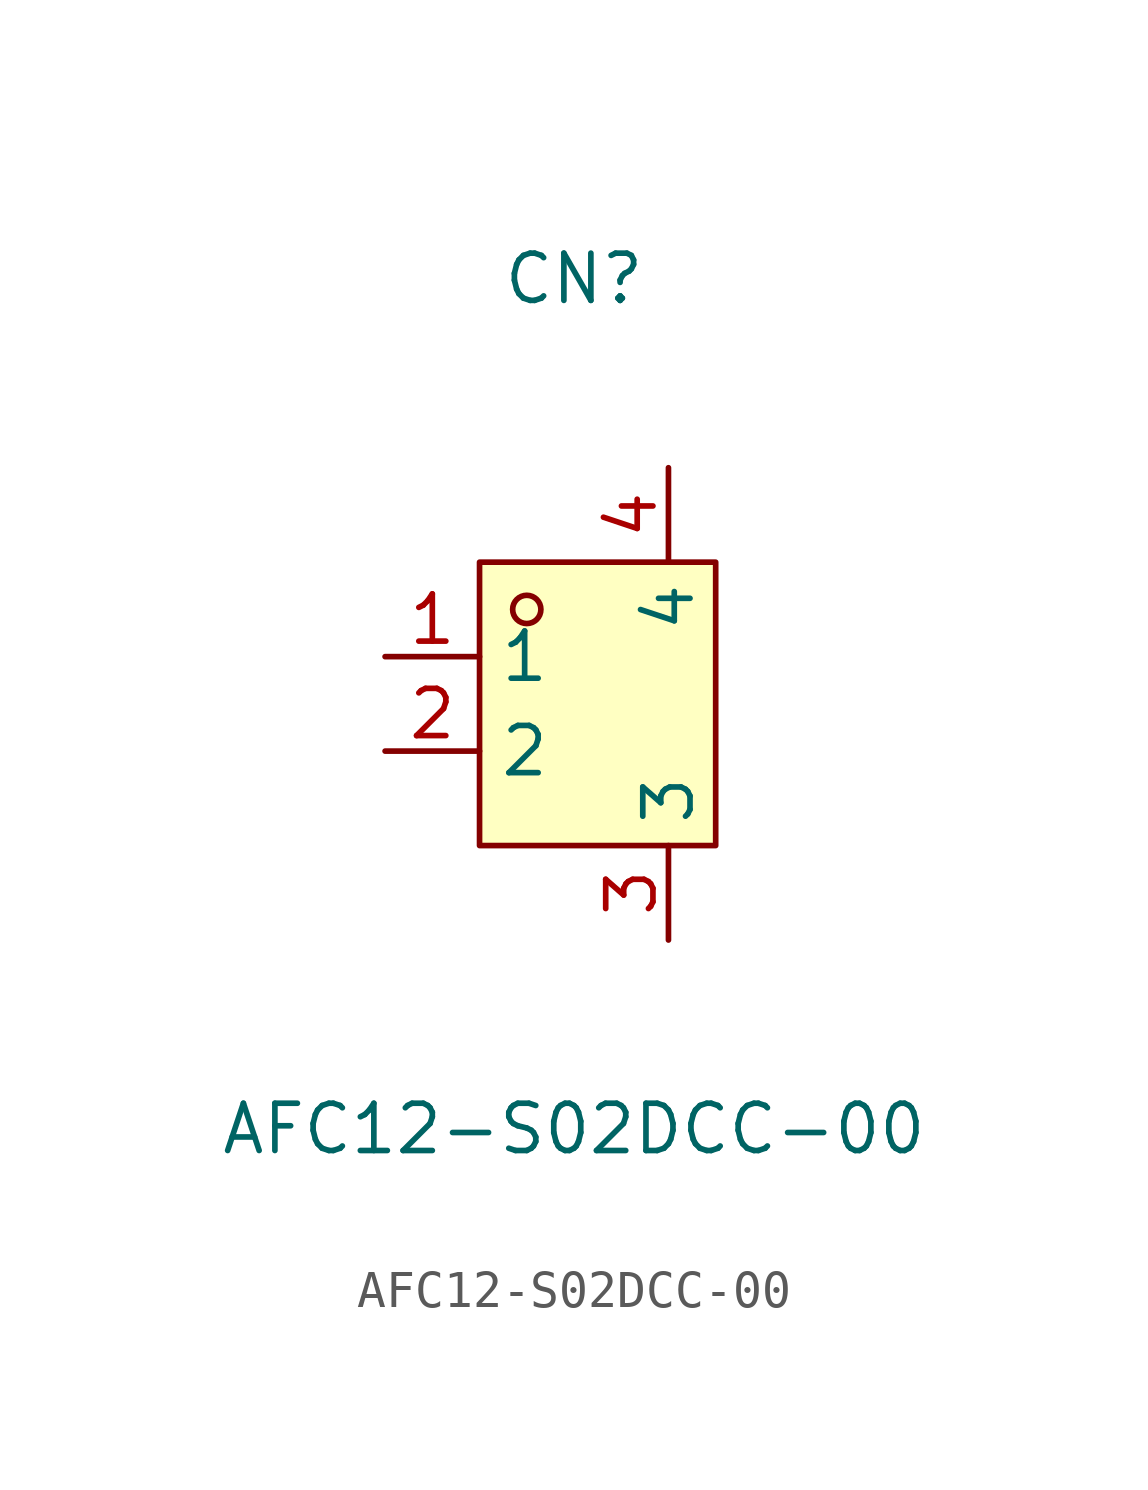
<source format=kicad_sym>
(kicad_symbol_lib
  (version 20211014)
  (generator https://github.com/uPesy/easyeda2kicad.py)
  (symbol "AFC12-S02DCC-00"
    (property "Reference" "CN"
      (at 0 12.70 0)
      (effects (font (size 1.27 1.27))))
    (property "Value" "AFC12-S02DCC-00"
      (at 0 -10.16 0)
      (effects (font (size 1.27 1.27))))
    (symbol "AFC12-S02DCC-00_0_1"
      (rectangle (start -2.54 5.08) (end 3.81 -2.54) (stroke (width 0) (type default) (color 0 0 0 0)) (fill (type background)))
      (circle (center -1.27 3.81) (radius 0.38) (stroke (width 0) (type default) (color 0 0 0 0)) (fill (type none)))
      (pin unspecified line (at -5.08 2.54 0) (length 2.54) (name "1" (effects (font (size 1.27 1.27)))) (number "1" (effects (font (size 1.27 1.27)))))
      (pin unspecified line (at -5.08 -0.00 0) (length 2.54) (name "2" (effects (font (size 1.27 1.27)))) (number "2" (effects (font (size 1.27 1.27)))))
      (pin unspecified line (at 2.54 -5.08 90) (length 2.54) (name "3" (effects (font (size 1.27 1.27)))) (number "3" (effects (font (size 1.27 1.27)))))
      (pin unspecified line (at 2.54 7.62 270) (length 2.54) (name "4" (effects (font (size 1.27 1.27)))) (number "4" (effects (font (size 1.27 1.27))))))))
</source>
